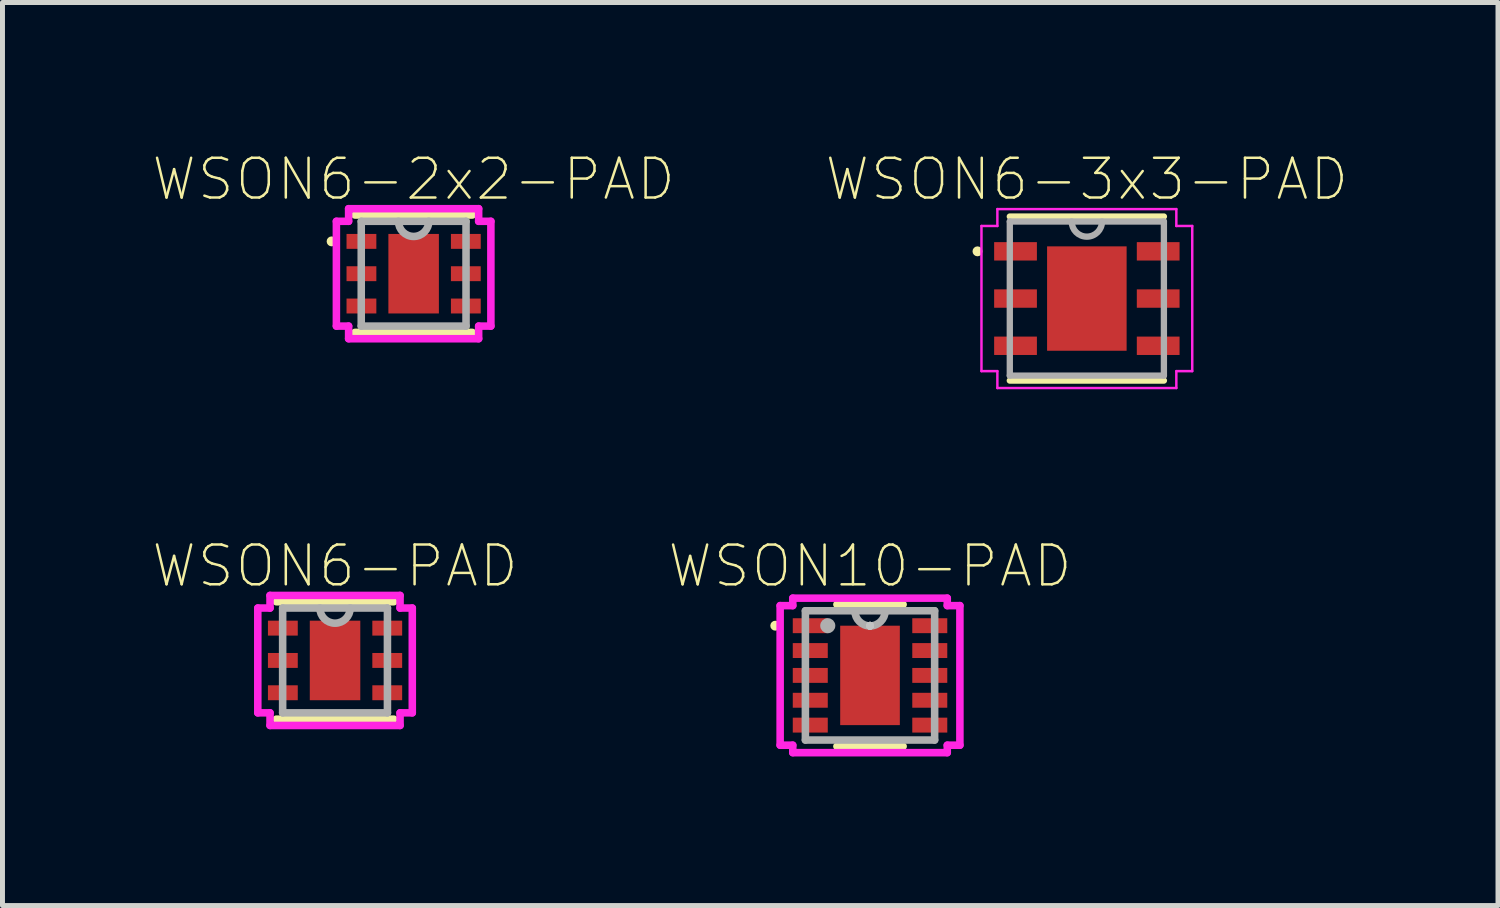
<source format=kicad_pcb>
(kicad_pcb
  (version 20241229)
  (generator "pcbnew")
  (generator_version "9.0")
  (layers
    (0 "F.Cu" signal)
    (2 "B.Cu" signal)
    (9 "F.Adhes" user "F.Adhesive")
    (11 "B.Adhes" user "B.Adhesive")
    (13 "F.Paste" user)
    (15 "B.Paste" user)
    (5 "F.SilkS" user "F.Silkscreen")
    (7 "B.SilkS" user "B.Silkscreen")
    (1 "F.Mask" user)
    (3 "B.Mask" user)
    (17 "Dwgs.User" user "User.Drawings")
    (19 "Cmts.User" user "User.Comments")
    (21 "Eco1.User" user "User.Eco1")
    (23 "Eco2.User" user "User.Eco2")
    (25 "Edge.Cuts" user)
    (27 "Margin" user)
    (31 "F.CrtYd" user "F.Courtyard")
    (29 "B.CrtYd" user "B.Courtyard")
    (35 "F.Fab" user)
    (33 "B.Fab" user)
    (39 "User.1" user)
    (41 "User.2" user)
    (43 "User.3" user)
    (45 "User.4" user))
  (footprint "WSON10-PAD"
    (layer "F.Cu")
    (at 14.452 10.537)
    (property "Reference" "WSON10-PAD" (at 0 -2.2 0) (layer "F.SilkS") (effects (font (size 0.8 0.8) (thickness 0.05))))
    (attr through_hole)
    (fp_line (start -0.666 1.427) (end 0.666 1.427) (stroke (width 0.152) (type solid)) (layer "F.SilkS"))
    (fp_line (start 0.666 -1.427) (end -0.666 -1.427) (stroke (width 0.152) (type solid)) (layer "F.SilkS"))
    (fp_circle (center -1.906 -1) (end -1.856 -1) (stroke (width 0.1) (type solid)) (fill no) (layer "F.SilkS"))
    (fp_line (start 0 -1) (end 0 -1) (stroke (width 0.152) (type solid)) (layer "Dwgs.User"))
    (fp_line (start 0 -1) (end 0 -1) (stroke (width 0.152) (type solid)) (layer "Dwgs.User"))
    (fp_line (start 0 -1) (end 0 -1) (stroke (width 0.152) (type solid)) (layer "Dwgs.User"))
    (fp_line (start 0 -1) (end 0 -1) (stroke (width 0.152) (type solid)) (layer "Dwgs.User"))
    (fp_line (start 0 -1) (end 0 -1) (stroke (width 0.152) (type solid)) (layer "Dwgs.User"))
    (fp_line (start 0 -1) (end 0 -1) (stroke (width 0.152) (type solid)) (layer "Dwgs.User"))
    (fp_line (start 0 -1) (end 0 -1) (stroke (width 0.152) (type solid)) (layer "Dwgs.User"))
    (fp_line (start 0 -1) (end 0 -1) (stroke (width 0.152) (type solid)) (layer "Dwgs.User"))
    (fp_line (start 0 -1) (end 0 -1) (stroke (width 0.152) (type solid)) (layer "Dwgs.User"))
    (fp_line (start 0 -1) (end 0 -1) (stroke (width 0.152) (type solid)) (layer "Dwgs.User"))
    (fp_line (start 0 -1) (end 0 -1) (stroke (width 0.152) (type solid)) (layer "Dwgs.User"))
    (fp_line (start 0 -1) (end 0 -1) (stroke (width 0.152) (type solid)) (layer "Dwgs.User"))
    (fp_line (start 0 -1) (end 0 -1) (stroke (width 0.152) (type solid)) (layer "Dwgs.User"))
    (fp_line (start 0 -1) (end 0 -1) (stroke (width 0.152) (type solid)) (layer "Dwgs.User"))
    (fp_line (start 0 -1) (end 0 -1) (stroke (width 0.152) (type solid)) (layer "Dwgs.User"))
    (fp_line (start 0 -1) (end 0 -1) (stroke (width 0.152) (type solid)) (layer "Dwgs.User"))
    (fp_line (start -1.808 -1.404) (end -1.554 -1.404) (stroke (width 0.152) (type solid)) (layer "F.CrtYd"))
    (fp_line (start -1.808 1.404) (end -1.808 -1.404) (stroke (width 0.152) (type solid)) (layer "F.CrtYd"))
    (fp_line (start -1.554 -1.554) (end 1.554 -1.554) (stroke (width 0.152) (type solid)) (layer "F.CrtYd"))
    (fp_line (start -1.554 -1.404) (end -1.554 -1.554) (stroke (width 0.152) (type solid)) (layer "F.CrtYd"))
    (fp_line (start -1.554 1.404) (end -1.808 1.404) (stroke (width 0.152) (type solid)) (layer "F.CrtYd"))
    (fp_line (start -1.554 1.554) (end -1.554 1.404) (stroke (width 0.152) (type solid)) (layer "F.CrtYd"))
    (fp_line (start 1.554 -1.554) (end 1.554 -1.404) (stroke (width 0.152) (type solid)) (layer "F.CrtYd"))
    (fp_line (start 1.554 -1.404) (end 1.808 -1.404) (stroke (width 0.152) (type solid)) (layer "F.CrtYd"))
    (fp_line (start 1.554 1.404) (end 1.554 1.554) (stroke (width 0.152) (type solid)) (layer "F.CrtYd"))
    (fp_line (start 1.554 1.554) (end -1.554 1.554) (stroke (width 0.152) (type solid)) (layer "F.CrtYd"))
    (fp_line (start 1.808 -1.404) (end 1.808 1.404) (stroke (width 0.152) (type solid)) (layer "F.CrtYd"))
    (fp_line (start 1.808 1.404) (end 1.554 1.404) (stroke (width 0.152) (type solid)) (layer "F.CrtYd"))
    (fp_line (start -1.3 -1.3) (end -1.3 1.3) (stroke (width 0.152) (type solid)) (layer "F.Fab"))
    (fp_line (start -1.3 1.3) (end 1.3 1.3) (stroke (width 0.152) (type solid)) (layer "F.Fab"))
    (fp_line (start 1.3 -1.3) (end -1.3 -1.3) (stroke (width 0.152) (type solid)) (layer "F.Fab"))
    (fp_line (start 1.3 1.3) (end 1.3 -1.3) (stroke (width 0.152) (type solid)) (layer "F.Fab"))
    (fp_arc (start 0.3048 -1.3) (mid 0 -0.9952) (end -0.3048 -1.3) (stroke (width 0.1524) (type solid)) (layer "F.Fab"))
    (fp_circle (center -0.85 -1) (end -0.774 -1) (stroke (width 0.152) (type solid)) (fill no) (layer "F.Fab"))
    (pad "1" smd rect (at -1.202 -1) (size 0.704 0.3) (layers "F.Cu" "F.Mask" "F.Paste"))
    (pad "2" smd rect (at -1.202 -0.5) (size 0.704 0.3) (layers "F.Cu" "F.Mask" "F.Paste"))
    (pad "3" smd rect (at -1.202 0) (size 0.704 0.3) (layers "F.Cu" "F.Mask" "F.Paste"))
    (pad "4" smd rect (at -1.202 0.5) (size 0.704 0.3) (layers "F.Cu" "F.Mask" "F.Paste"))
    (pad "5" smd rect (at -1.202 1) (size 0.704 0.3) (layers "F.Cu" "F.Mask" "F.Paste"))
    (pad "6" smd rect (at 1.202 1) (size 0.704 0.3) (layers "F.Cu" "F.Mask" "F.Paste"))
    (pad "7" smd rect (at 1.202 0.5) (size 0.704 0.3) (layers "F.Cu" "F.Mask" "F.Paste"))
    (pad "8" smd rect (at 1.202 0) (size 0.704 0.3) (layers "F.Cu" "F.Mask" "F.Paste"))
    (pad "9" smd rect (at 1.202 -0.5) (size 0.704 0.3) (layers "F.Cu" "F.Mask" "F.Paste"))
    (pad "10" smd rect (at 1.202 -1) (size 0.704 0.3) (layers "F.Cu" "F.Mask" "F.Paste"))
    (pad "11" smd rect (at 0 0) (size 1.2 2) (layers "F.Cu" "F.Mask" "F.Paste")))
  (footprint "WSON6-3x3-PAD"
    (layer "F.Cu")
    (at 18.814 2.956)
    (property "Reference" "WSON6-3x3-PAD" (at 0 -2.4 0) (layer "F.SilkS") (effects (font (size 0.8 0.8) (thickness 0.05))))
    (attr smd)
    (fp_line (start -1.55 -1.65) (end 1.55 -1.65) (stroke (width 0.127) (type solid)) (layer "F.SilkS"))
    (fp_line (start 1.55 1.65) (end -1.55 1.65) (stroke (width 0.127) (type solid)) (layer "F.SilkS"))
    (fp_circle (center -2.2 -0.95) (end -2.15 -0.95) (stroke (width 0.1) (type solid)) (fill no) (layer "F.SilkS"))
    (fp_poly (pts (xy -0.631 0.09) (xy -0.09 0.09) (xy -0.09 0.881) (xy -0.631 0.881)) (stroke (width 0) (type solid)) (fill yes) (layer "F.Paste"))
    (fp_poly (pts (xy -0.63 -0.88) (xy -0.09 -0.88) (xy -0.09 -0.09) (xy -0.63 -0.09)) (stroke (width 0) (type solid)) (fill yes) (layer "F.Paste"))
    (fp_poly (pts (xy 0.09 -0.88) (xy 0.63 -0.88) (xy 0.63 -0.09) (xy 0.09 -0.09)) (stroke (width 0) (type solid)) (fill yes) (layer "F.Paste"))
    (fp_poly (pts (xy 0.09 0.09) (xy 0.63 0.09) (xy 0.63 0.881) (xy 0.09 0.881)) (stroke (width 0) (type solid)) (fill yes) (layer "F.Paste"))
    (fp_line (start -2.12 -1.46) (end -1.8 -1.46) (stroke (width 0.05) (type solid)) (layer "F.CrtYd"))
    (fp_line (start -2.12 1.46) (end -2.12 -1.46) (stroke (width 0.05) (type solid)) (layer "F.CrtYd"))
    (fp_line (start -1.8 -1.8) (end 1.8 -1.8) (stroke (width 0.05) (type solid)) (layer "F.CrtYd"))
    (fp_line (start -1.8 -1.46) (end -1.8 -1.8) (stroke (width 0.05) (type solid)) (layer "F.CrtYd"))
    (fp_line (start -1.8 1.46) (end -2.12 1.46) (stroke (width 0.05) (type solid)) (layer "F.CrtYd"))
    (fp_line (start -1.8 1.8) (end -1.8 1.46) (stroke (width 0.05) (type solid)) (layer "F.CrtYd"))
    (fp_line (start 1.8 -1.8) (end 1.8 -1.46) (stroke (width 0.05) (type solid)) (layer "F.CrtYd"))
    (fp_line (start 1.8 -1.46) (end 2.12 -1.46) (stroke (width 0.05) (type solid)) (layer "F.CrtYd"))
    (fp_line (start 1.8 1.46) (end 1.8 1.8) (stroke (width 0.05) (type solid)) (layer "F.CrtYd"))
    (fp_line (start 1.8 1.8) (end -1.8 1.8) (stroke (width 0.05) (type solid)) (layer "F.CrtYd"))
    (fp_line (start 2.12 -1.46) (end 2.12 1.46) (stroke (width 0.05) (type solid)) (layer "F.CrtYd"))
    (fp_line (start 2.12 1.46) (end 1.8 1.46) (stroke (width 0.05) (type solid)) (layer "F.CrtYd"))
    (fp_line (start -1.55 -1.55) (end -1.55 1.55) (stroke (width 0.127) (type solid)) (layer "F.Fab"))
    (fp_line (start -1.55 1.55) (end 1.55 1.55) (stroke (width 0.127) (type solid)) (layer "F.Fab"))
    (fp_line (start 1.55 -1.55) (end -1.55 -1.55) (stroke (width 0.127) (type solid)) (layer "F.Fab"))
    (fp_line (start 1.55 1.55) (end 1.55 -1.55) (stroke (width 0.127) (type solid)) (layer "F.Fab"))
    (fp_arc (start 0.3048 -1.55) (mid 0 -1.2452) (end -0.3048 -1.55) (stroke (width 0.127) (type solid)) (layer "F.Fab"))
    (pad "1" smd rect (at -1.435 -0.95) (size 0.86 0.37) (layers "F.Cu" "F.Mask" "F.Paste"))
    (pad "2" smd rect (at -1.435 0) (size 0.86 0.37) (layers "F.Cu" "F.Mask" "F.Paste"))
    (pad "3" smd rect (at -1.435 0.95) (size 0.86 0.37) (layers "F.Cu" "F.Mask" "F.Paste"))
    (pad "4" smd rect (at 1.435 0.95 180) (size 0.86 0.37) (layers "F.Cu" "F.Mask" "F.Paste"))
    (pad "5" smd rect (at 1.435 0 180) (size 0.86 0.37) (layers "F.Cu" "F.Mask" "F.Paste"))
    (pad "6" smd rect (at 1.435 -0.95 180) (size 0.86 0.37) (layers "F.Cu" "F.Mask" "F.Paste"))
    (pad "7" smd rect (at 0 0 90) (size 2.1 1.6) (layers "F.Cu" "F.Mask" "F.Paste")))
  (footprint "WSON6-2x2-PAD"
    (layer "F.Cu")
    (at 5.271 2.456)
    (property "Reference" "WSON6-2x2-PAD" (at 0 -1.9 0) (layer "F.SilkS") (effects (font (size 0.8 0.8) (thickness 0.05))))
    (attr through_hole)
    (fp_line (start -1.181 1.181) (end 1.181 1.181) (stroke (width 0.152) (type solid)) (layer "F.SilkS"))
    (fp_line (start 1.181 -1.181) (end -1.181 -1.181) (stroke (width 0.152) (type solid)) (layer "F.SilkS"))
    (fp_circle (center -1.65 -0.65) (end -1.6 -0.65) (stroke (width 0.1) (type solid)) (fill no) (layer "F.SilkS"))
    (fp_line (start -1.554 -1.054) (end -1.308 -1.054) (stroke (width 0.152) (type solid)) (layer "F.CrtYd"))
    (fp_line (start -1.554 1.054) (end -1.554 -1.054) (stroke (width 0.152) (type solid)) (layer "F.CrtYd"))
    (fp_line (start -1.308 -1.308) (end 1.308 -1.308) (stroke (width 0.152) (type solid)) (layer "F.CrtYd"))
    (fp_line (start -1.308 -1.054) (end -1.308 -1.308) (stroke (width 0.152) (type solid)) (layer "F.CrtYd"))
    (fp_line (start -1.308 1.054) (end -1.554 1.054) (stroke (width 0.152) (type solid)) (layer "F.CrtYd"))
    (fp_line (start -1.308 1.308) (end -1.308 1.054) (stroke (width 0.152) (type solid)) (layer "F.CrtYd"))
    (fp_line (start 1.308 -1.308) (end 1.308 -1.054) (stroke (width 0.152) (type solid)) (layer "F.CrtYd"))
    (fp_line (start 1.308 -1.054) (end 1.554 -1.054) (stroke (width 0.152) (type solid)) (layer "F.CrtYd"))
    (fp_line (start 1.308 1.054) (end 1.308 1.308) (stroke (width 0.152) (type solid)) (layer "F.CrtYd"))
    (fp_line (start 1.308 1.308) (end -1.308 1.308) (stroke (width 0.152) (type solid)) (layer "F.CrtYd"))
    (fp_line (start 1.554 -1.054) (end 1.554 1.054) (stroke (width 0.152) (type solid)) (layer "F.CrtYd"))
    (fp_line (start 1.554 1.054) (end 1.308 1.054) (stroke (width 0.152) (type solid)) (layer "F.CrtYd"))
    (fp_line (start -1.054 -1.054) (end -1.054 1.054) (stroke (width 0.152) (type solid)) (layer "F.Fab"))
    (fp_line (start -1.054 1.054) (end 1.054 1.054) (stroke (width 0.152) (type solid)) (layer "F.Fab"))
    (fp_line (start 1.054 -1.054) (end -1.054 -1.054) (stroke (width 0.152) (type solid)) (layer "F.Fab"))
    (fp_line (start 1.054 1.054) (end 1.054 -1.054) (stroke (width 0.152) (type solid)) (layer "F.Fab"))
    (fp_arc (start 0.3048 -1.0541) (mid 0 -0.7493) (end -0.3048 -1.0541) (stroke (width 0.1524) (type solid)) (layer "F.Fab"))
    (pad "1" smd rect (at -1.05 -0.65) (size 0.6 0.3) (layers "F.Cu" "F.Mask" "F.Paste"))
    (pad "2" smd rect (at -1.05 0) (size 0.6 0.3) (layers "F.Cu" "F.Mask" "F.Paste"))
    (pad "3" smd rect (at -1.05 0.65) (size 0.6 0.3) (layers "F.Cu" "F.Mask" "F.Paste"))
    (pad "4" smd rect (at 1.05 0.65) (size 0.6 0.3) (layers "F.Cu" "F.Mask" "F.Paste"))
    (pad "5" smd rect (at 1.05 0) (size 0.6 0.3) (layers "F.Cu" "F.Mask" "F.Paste"))
    (pad "6" smd rect (at 1.05 -0.65) (size 0.6 0.3) (layers "F.Cu" "F.Mask" "F.Paste"))
    (pad "7" smd rect (at 0 0) (size 1.016 1.6) (layers "F.Cu" "F.Mask" "F.Paste")))
  (footprint "WSON6-PAD"
    (layer "F.Cu")
    (at 3.69 10.236)
    (property "Reference" "WSON6-PAD" (at 0 -1.9 0) (layer "F.SilkS") (effects (font (size 0.8 0.8) (thickness 0.05))))
    (attr through_hole)
    (fp_line (start -1.181 1.181) (end 1.181 1.181) (stroke (width 0.152) (type solid)) (layer "F.SilkS"))
    (fp_line (start 1.181 -1.181) (end -1.181 -1.181) (stroke (width 0.152) (type solid)) (layer "F.SilkS"))
    (fp_line (start -1.554 -1.054) (end -1.308 -1.054) (stroke (width 0.152) (type solid)) (layer "F.CrtYd"))
    (fp_line (start -1.554 1.054) (end -1.554 -1.054) (stroke (width 0.152) (type solid)) (layer "F.CrtYd"))
    (fp_line (start -1.308 -1.308) (end 1.308 -1.308) (stroke (width 0.152) (type solid)) (layer "F.CrtYd"))
    (fp_line (start -1.308 -1.054) (end -1.308 -1.308) (stroke (width 0.152) (type solid)) (layer "F.CrtYd"))
    (fp_line (start -1.308 1.054) (end -1.554 1.054) (stroke (width 0.152) (type solid)) (layer "F.CrtYd"))
    (fp_line (start -1.308 1.308) (end -1.308 1.054) (stroke (width 0.152) (type solid)) (layer "F.CrtYd"))
    (fp_line (start 1.308 -1.308) (end 1.308 -1.054) (stroke (width 0.152) (type solid)) (layer "F.CrtYd"))
    (fp_line (start 1.308 -1.054) (end 1.554 -1.054) (stroke (width 0.152) (type solid)) (layer "F.CrtYd"))
    (fp_line (start 1.308 1.054) (end 1.308 1.308) (stroke (width 0.152) (type solid)) (layer "F.CrtYd"))
    (fp_line (start 1.308 1.308) (end -1.308 1.308) (stroke (width 0.152) (type solid)) (layer "F.CrtYd"))
    (fp_line (start 1.554 -1.054) (end 1.554 1.054) (stroke (width 0.152) (type solid)) (layer "F.CrtYd"))
    (fp_line (start 1.554 1.054) (end 1.308 1.054) (stroke (width 0.152) (type solid)) (layer "F.CrtYd"))
    (fp_line (start -1.054 -1.054) (end -1.054 1.054) (stroke (width 0.152) (type solid)) (layer "F.Fab"))
    (fp_line (start -1.054 1.054) (end 1.054 1.054) (stroke (width 0.152) (type solid)) (layer "F.Fab"))
    (fp_line (start 1.054 -1.054) (end -1.054 -1.054) (stroke (width 0.152) (type solid)) (layer "F.Fab"))
    (fp_line (start 1.054 1.054) (end 1.054 -1.054) (stroke (width 0.152) (type solid)) (layer "F.Fab"))
    (fp_arc (start 0.3048 -1.0541) (mid 0 -0.7493) (end -0.3048 -1.0541) (stroke (width 0.1524) (type solid)) (layer "F.Fab"))
    (pad "1" smd rect (at -1.05 -0.65) (size 0.6 0.3) (layers "F.Cu" "F.Mask" "F.Paste"))
    (pad "2" smd rect (at -1.05 0) (size 0.6 0.3) (layers "F.Cu" "F.Mask" "F.Paste"))
    (pad "3" smd rect (at -1.05 0.65) (size 0.6 0.3) (layers "F.Cu" "F.Mask" "F.Paste"))
    (pad "4" smd rect (at 1.05 0.65) (size 0.6 0.3) (layers "F.Cu" "F.Mask" "F.Paste"))
    (pad "5" smd rect (at 1.05 0) (size 0.6 0.3) (layers "F.Cu" "F.Mask" "F.Paste"))
    (pad "6" smd rect (at 1.05 -0.65) (size 0.6 0.3) (layers "F.Cu" "F.Mask" "F.Paste"))
    (pad "7" smd rect (at 0 0) (size 1.016 1.6) (layers "F.Cu" "F.Mask" "F.Paste")))
  (gr_rect
    (start -3 -3)
    (end 27.085 15.167)
    (stroke (width 0.1) (type default))
    (fill no)
    (layer "Edge.Cuts")))
</source>
